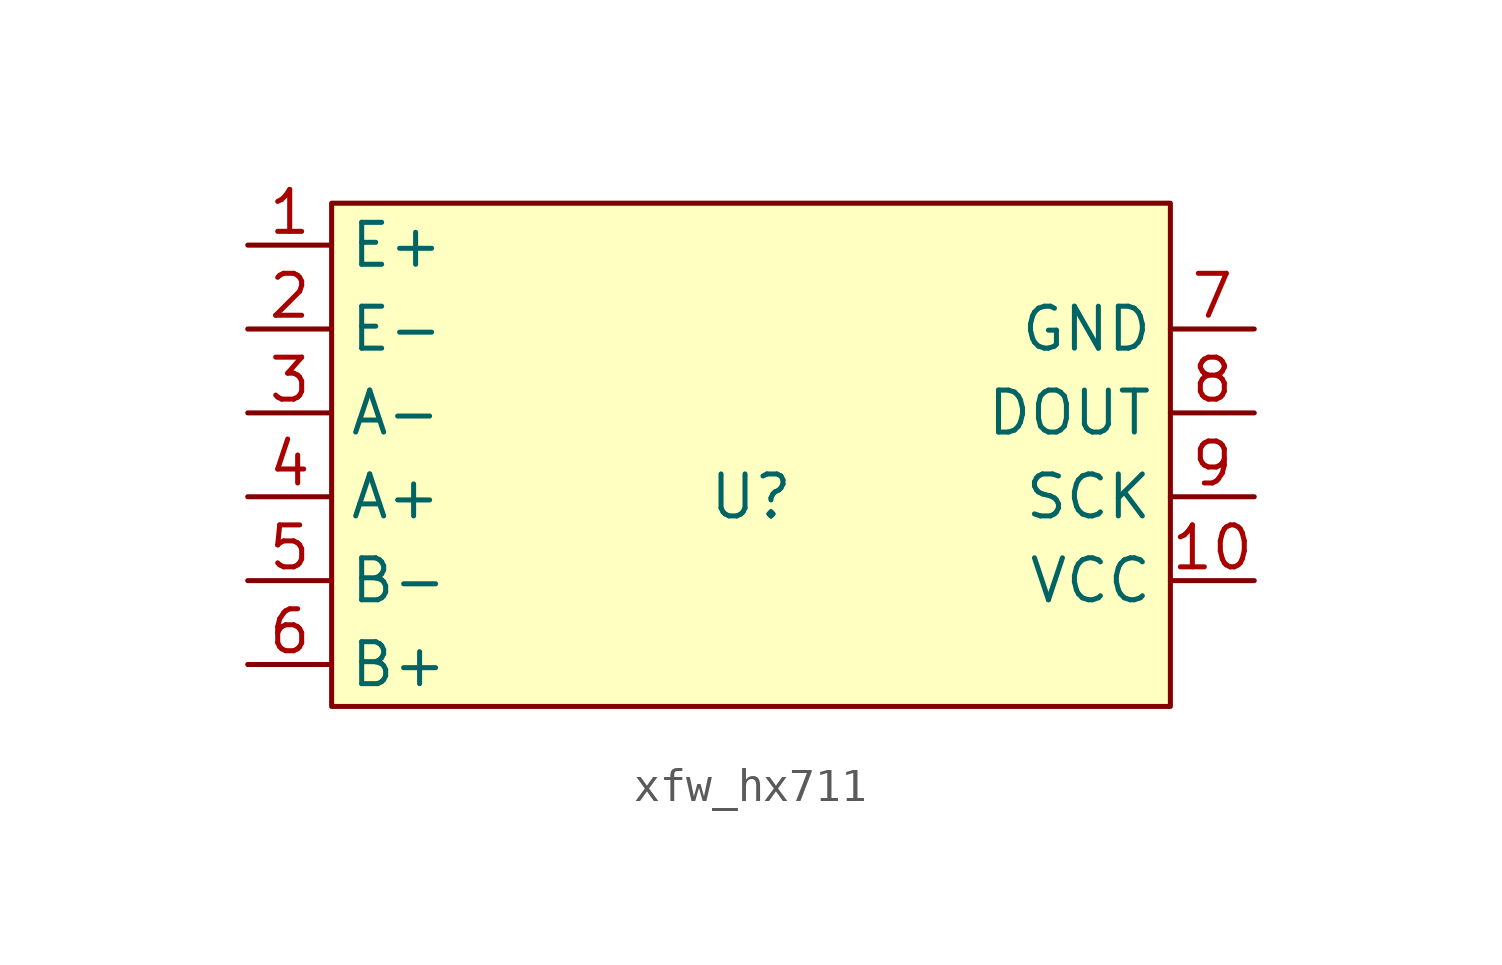
<source format=kicad_sym>
(kicad_symbol_lib
  (version 20231120)
  (generator "kicad_symbol_editor")
  (generator_version "8.0")
  (symbol "xfw_hx711"
    (property "Reference" "U"
      (at 0 0 0)
      (effects (font (size 1.27 1.27))))
    (property "Value" ""
      (at 0 0 0)
      (effects (font (size 1.27 1.27))))
    (symbol "xfw_hx711_1_1"
      (rectangle (start -12.7 8.89) (end 12.7 -6.35) (stroke (width 0) (type default)) (fill (type color) (color 255 255 194 1)))
      (pin input line (at -15.24 7.62 0) (length 2.54) (name "E+" (effects (font (size 1.27 1.27)))) (number "1" (effects (font (size 1.27 1.27)))))
      (pin power_in line (at 15.24 -2.54 180) (length 2.54) (name "VCC" (effects (font (size 1.27 1.27)))) (number "10" (effects (font (size 1.27 1.27)))))
      (pin input line (at -15.24 5.08 0) (length 2.54) (name "E-" (effects (font (size 1.27 1.27)))) (number "2" (effects (font (size 1.27 1.27)))))
      (pin input line (at -15.24 2.54 0) (length 2.54) (name "A-" (effects (font (size 1.27 1.27)))) (number "3" (effects (font (size 1.27 1.27)))))
      (pin input line (at -15.24 0 0) (length 2.54) (name "A+" (effects (font (size 1.27 1.27)))) (number "4" (effects (font (size 1.27 1.27)))))
      (pin input line (at -15.24 -2.54 0) (length 2.54) (name "B-" (effects (font (size 1.27 1.27)))) (number "5" (effects (font (size 1.27 1.27)))))
      (pin input line (at -15.24 -5.08 0) (length 2.54) (name "B+" (effects (font (size 1.27 1.27)))) (number "6" (effects (font (size 1.27 1.27)))))
      (pin power_in line (at 15.24 5.08 180) (length 2.54) (name "GND" (effects (font (size 1.27 1.27)))) (number "7" (effects (font (size 1.27 1.27)))))
      (pin output line (at 15.24 2.54 180) (length 2.54) (name "DOUT" (effects (font (size 1.27 1.27)))) (number "8" (effects (font (size 1.27 1.27)))))
      (pin input line (at 15.24 0 180) (length 2.54) (name "SCK" (effects (font (size 1.27 1.27)))) (number "9" (effects (font (size 1.27 1.27))))))))
</source>
